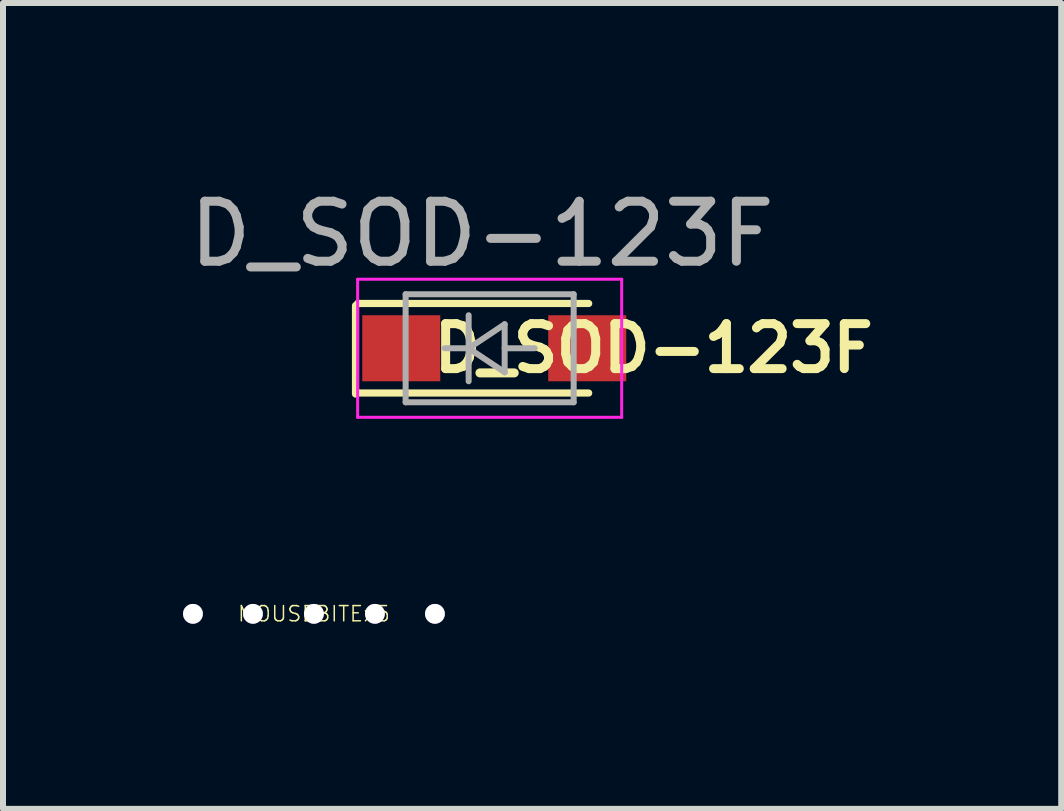
<source format=kicad_pcb>
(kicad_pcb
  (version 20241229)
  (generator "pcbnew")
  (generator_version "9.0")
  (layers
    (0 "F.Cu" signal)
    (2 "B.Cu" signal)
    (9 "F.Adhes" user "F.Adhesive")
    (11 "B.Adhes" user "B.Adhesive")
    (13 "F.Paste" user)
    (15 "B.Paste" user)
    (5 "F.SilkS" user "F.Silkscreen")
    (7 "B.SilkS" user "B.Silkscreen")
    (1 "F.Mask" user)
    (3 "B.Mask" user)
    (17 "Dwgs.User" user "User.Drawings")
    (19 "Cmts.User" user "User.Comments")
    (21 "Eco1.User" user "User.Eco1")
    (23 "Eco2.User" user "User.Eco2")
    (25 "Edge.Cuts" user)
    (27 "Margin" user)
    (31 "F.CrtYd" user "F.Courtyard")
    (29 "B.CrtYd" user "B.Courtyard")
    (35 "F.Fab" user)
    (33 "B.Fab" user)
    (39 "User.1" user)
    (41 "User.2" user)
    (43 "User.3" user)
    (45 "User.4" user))
  (footprint "MOUSEBITEx5"
    (layer "F.Cu")
    (at 2.181 7.178)
    (property "Reference" "MOUSEBITEx5" (at 0 0 0) (layer "F.SilkS") (effects (font (size 0.254 0.254) (thickness 0.025))))
    (attr through_hole)
    (pad "1" thru_hole circle (at -2.016 0) (size 0.33 0.33) (drill 0.33) (layers "*.Cu"))
    (pad "1" thru_hole circle (at -1.016 0) (size 0.33 0.33) (drill 0.33) (layers "*.Cu"))
    (pad "1" thru_hole circle (at 0 0) (size 0.33 0.33) (drill 0.33) (layers "*.Cu"))
    (pad "1" thru_hole circle (at 1.016 0) (size 0.33 0.33) (drill 0.33) (layers "*.Cu"))
    (pad "1" thru_hole circle (at 2.016 0) (size 0.33 0.33) (drill 0.33) (layers "*.Cu")))
  (footprint "D_SOD-123F"
    (layer "F.Cu")
    (at 5.109 2.753)
    (property "Reference" "D_SOD-123F" (at 2.731 0 0) (layer "F.SilkS") (effects (font (size 0.75 0.75) (thickness 0.15))))
    (attr smd)
    (fp_line (start -2.235 0.762) (end -2.235 -0.711) (stroke (width 0.12) (type solid)) (layer "F.SilkS"))
    (fp_line (start -2.2 -0.746) (end 1.65 -0.746) (stroke (width 0.12) (type solid)) (layer "F.SilkS"))
    (fp_line (start -2.2 0.746) (end 1.65 0.746) (stroke (width 0.12) (type solid)) (layer "F.SilkS"))
    (fp_line (start -2.2 -1.15) (end -2.2 1.15) (stroke (width 0.05) (type solid)) (layer "F.CrtYd"))
    (fp_line (start -2.2 -1.15) (end 2.2 -1.15) (stroke (width 0.05) (type solid)) (layer "F.CrtYd"))
    (fp_line (start 2.2 -1.15) (end 2.2 1.15) (stroke (width 0.05) (type solid)) (layer "F.CrtYd"))
    (fp_line (start 2.2 1.15) (end -2.2 1.15) (stroke (width 0.05) (type solid)) (layer "F.CrtYd"))
    (fp_line (start -1.4 -0.9) (end 1.4 -0.9) (stroke (width 0.1) (type solid)) (layer "F.Fab"))
    (fp_line (start -1.4 0.9) (end -1.4 -0.9) (stroke (width 0.1) (type solid)) (layer "F.Fab"))
    (fp_line (start -0.75 0) (end -0.35 0) (stroke (width 0.1) (type solid)) (layer "F.Fab"))
    (fp_line (start -0.35 0) (end -0.35 -0.55) (stroke (width 0.1) (type solid)) (layer "F.Fab"))
    (fp_line (start -0.35 0) (end -0.35 0.55) (stroke (width 0.1) (type solid)) (layer "F.Fab"))
    (fp_line (start -0.35 0) (end 0.25 -0.4) (stroke (width 0.1) (type solid)) (layer "F.Fab"))
    (fp_line (start 0.25 -0.4) (end 0.25 0.4) (stroke (width 0.1) (type solid)) (layer "F.Fab"))
    (fp_line (start 0.25 0) (end 0.75 0) (stroke (width 0.1) (type solid)) (layer "F.Fab"))
    (fp_line (start 0.25 0.4) (end -0.35 0) (stroke (width 0.1) (type solid)) (layer "F.Fab"))
    (fp_line (start 1.4 -0.9) (end 1.4 0.9) (stroke (width 0.1) (type solid)) (layer "F.Fab"))
    (fp_line (start 1.4 0.9) (end -1.4 0.9) (stroke (width 0.1) (type solid)) (layer "F.Fab"))
    (fp_text user "${REFERENCE}" (at -0.127 -1.905 0) (layer "F.Fab") (effects (font (size 1 1) (thickness 0.15))))
    (pad "1" smd rect (at -1.473 0) (size 1.3 1.1) (layers "F.Cu" "F.Mask" "F.Paste"))
    (pad "2" smd rect (at 1.626 0) (size 1.3 1.1) (layers "F.Cu" "F.Mask" "F.Paste")))
  (gr_rect
    (start -3 -3)
    (end 14.633 10.428)
    (stroke (width 0.1) (type default))
    (fill no)
    (layer "Edge.Cuts")))
</source>
